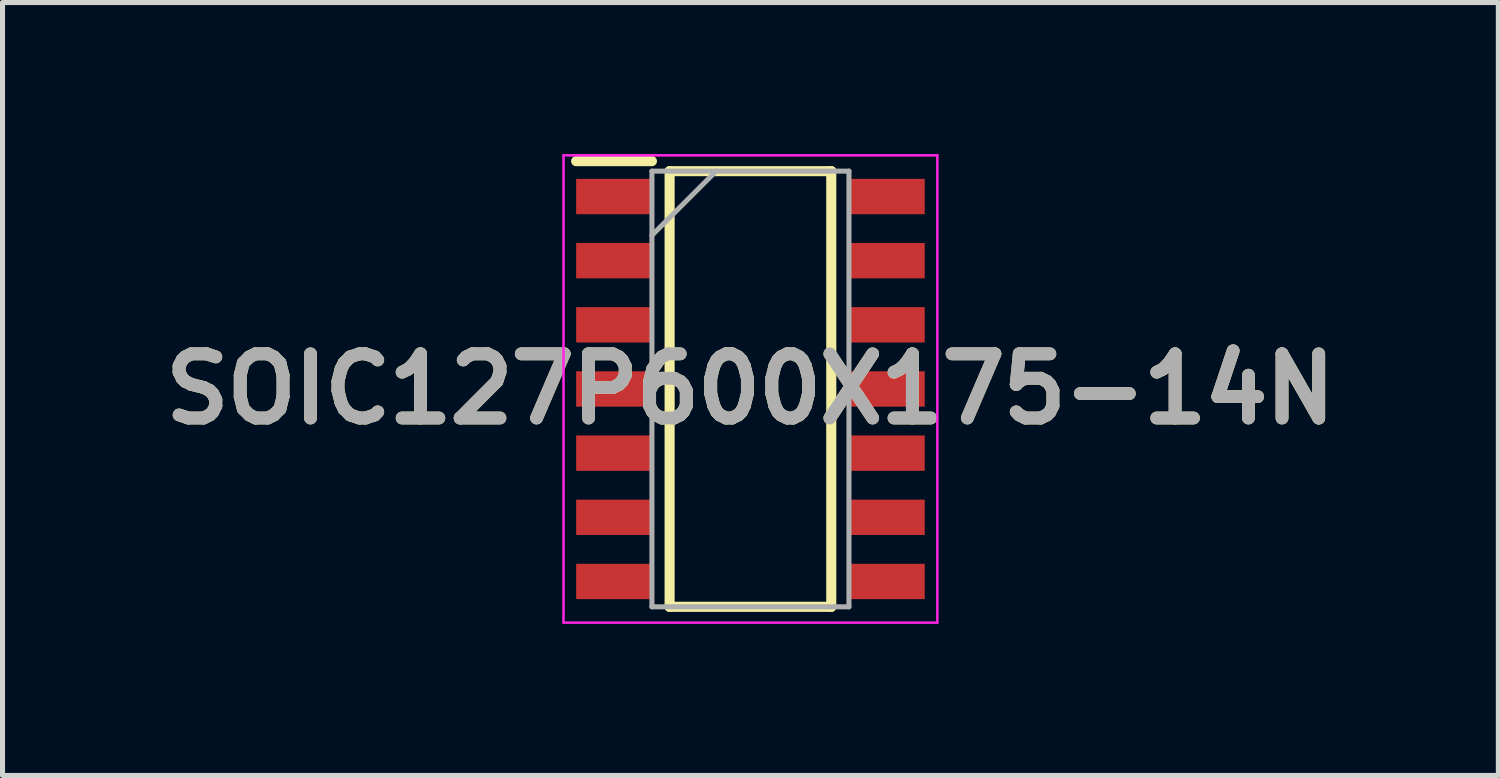
<source format=kicad_pcb>
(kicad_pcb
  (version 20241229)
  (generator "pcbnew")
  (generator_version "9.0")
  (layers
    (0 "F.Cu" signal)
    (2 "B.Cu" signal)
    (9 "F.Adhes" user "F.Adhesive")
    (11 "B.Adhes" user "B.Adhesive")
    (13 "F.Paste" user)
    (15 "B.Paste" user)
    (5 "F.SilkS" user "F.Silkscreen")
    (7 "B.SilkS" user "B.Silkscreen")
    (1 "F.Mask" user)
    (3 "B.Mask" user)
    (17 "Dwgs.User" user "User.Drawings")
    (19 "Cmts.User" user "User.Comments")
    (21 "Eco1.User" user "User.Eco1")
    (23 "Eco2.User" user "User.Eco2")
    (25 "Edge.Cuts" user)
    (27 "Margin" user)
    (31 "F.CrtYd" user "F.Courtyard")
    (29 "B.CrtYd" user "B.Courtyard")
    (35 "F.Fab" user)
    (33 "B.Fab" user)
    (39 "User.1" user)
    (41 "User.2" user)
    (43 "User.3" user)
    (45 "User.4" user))
  (footprint "SOIC127P600X175-14N"
    (layer "F.Cu")
    (at 11.805 4.65)
    (property "Reference" "SOIC127P600X175-14N" (at 0 0 0) (layer "F.SilkS") (effects (font (size 1.27 1.27) (thickness 0.254))))
    (attr smd)
    (fp_line (start -3.45 -4.51) (end -1.95 -4.51) (stroke (width 0.2) (type solid)) (layer "F.SilkS"))
    (fp_line (start -1.6 -4.312) (end 1.6 -4.312) (stroke (width 0.2) (type solid)) (layer "F.SilkS"))
    (fp_line (start -1.6 4.312) (end -1.6 -4.312) (stroke (width 0.2) (type solid)) (layer "F.SilkS"))
    (fp_line (start 1.6 -4.312) (end 1.6 4.312) (stroke (width 0.2) (type solid)) (layer "F.SilkS"))
    (fp_line (start 1.6 4.312) (end -1.6 4.312) (stroke (width 0.2) (type solid)) (layer "F.SilkS"))
    (fp_line (start -3.7 -4.625) (end 3.7 -4.625) (stroke (width 0.05) (type solid)) (layer "F.CrtYd"))
    (fp_line (start -3.7 4.625) (end -3.7 -4.625) (stroke (width 0.05) (type solid)) (layer "F.CrtYd"))
    (fp_line (start 3.7 -4.625) (end 3.7 4.625) (stroke (width 0.05) (type solid)) (layer "F.CrtYd"))
    (fp_line (start 3.7 4.625) (end -3.7 4.625) (stroke (width 0.05) (type solid)) (layer "F.CrtYd"))
    (fp_line (start -1.95 -4.312) (end 1.95 -4.312) (stroke (width 0.1) (type solid)) (layer "F.Fab"))
    (fp_line (start -1.95 -3.042) (end -0.68 -4.312) (stroke (width 0.1) (type solid)) (layer "F.Fab"))
    (fp_line (start -1.95 4.312) (end -1.95 -4.312) (stroke (width 0.1) (type solid)) (layer "F.Fab"))
    (fp_line (start 1.95 -4.312) (end 1.95 4.312) (stroke (width 0.1) (type solid)) (layer "F.Fab"))
    (fp_line (start 1.95 4.312) (end -1.95 4.312) (stroke (width 0.1) (type solid)) (layer "F.Fab"))
    (fp_text user "${REFERENCE}" (at 0 0 0) (layer "F.Fab") (effects (font (size 1.27 1.27) (thickness 0.254))))
    (pad "1" smd rect (at -2.7 -3.81 90) (size 0.7 1.5) (layers "F.Cu" "F.Mask" "F.Paste"))
    (pad "2" smd rect (at -2.7 -2.54 90) (size 0.7 1.5) (layers "F.Cu" "F.Mask" "F.Paste"))
    (pad "3" smd rect (at -2.7 -1.27 90) (size 0.7 1.5) (layers "F.Cu" "F.Mask" "F.Paste"))
    (pad "4" smd rect (at -2.7 0 90) (size 0.7 1.5) (layers "F.Cu" "F.Mask" "F.Paste"))
    (pad "5" smd rect (at -2.7 1.27 90) (size 0.7 1.5) (layers "F.Cu" "F.Mask" "F.Paste"))
    (pad "6" smd rect (at -2.7 2.54 90) (size 0.7 1.5) (layers "F.Cu" "F.Mask" "F.Paste"))
    (pad "7" smd rect (at -2.7 3.81 90) (size 0.7 1.5) (layers "F.Cu" "F.Mask" "F.Paste"))
    (pad "8" smd rect (at 2.7 3.81 90) (size 0.7 1.5) (layers "F.Cu" "F.Mask" "F.Paste"))
    (pad "9" smd rect (at 2.7 2.54 90) (size 0.7 1.5) (layers "F.Cu" "F.Mask" "F.Paste"))
    (pad "10" smd rect (at 2.7 1.27 90) (size 0.7 1.5) (layers "F.Cu" "F.Mask" "F.Paste"))
    (pad "11" smd rect (at 2.7 0 90) (size 0.7 1.5) (layers "F.Cu" "F.Mask" "F.Paste"))
    (pad "12" smd rect (at 2.7 -1.27 90) (size 0.7 1.5) (layers "F.Cu" "F.Mask" "F.Paste"))
    (pad "13" smd rect (at 2.7 -2.54 90) (size 0.7 1.5) (layers "F.Cu" "F.Mask" "F.Paste"))
    (pad "14" smd rect (at 2.7 -3.81 90) (size 0.7 1.5) (layers "F.Cu" "F.Mask" "F.Paste")))
  (gr_rect
    (start -3 -3)
    (end 26.61 12.3)
    (stroke (width 0.1) (type default))
    (fill no)
    (layer "Edge.Cuts")))
</source>
